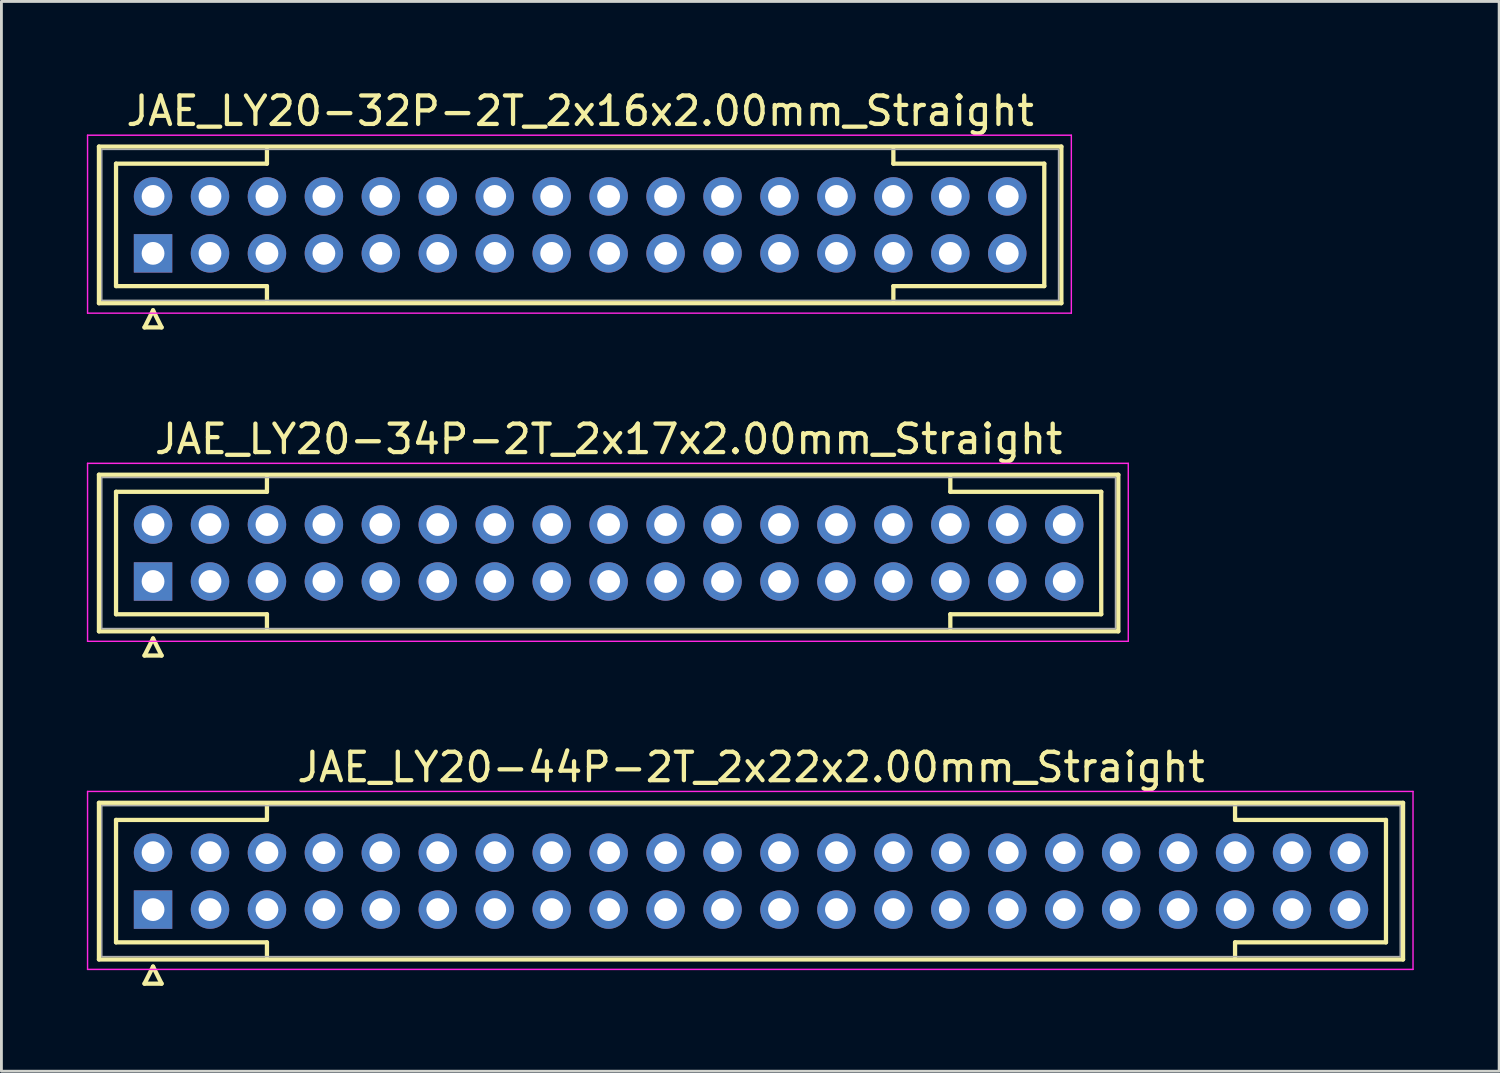
<source format=kicad_pcb>
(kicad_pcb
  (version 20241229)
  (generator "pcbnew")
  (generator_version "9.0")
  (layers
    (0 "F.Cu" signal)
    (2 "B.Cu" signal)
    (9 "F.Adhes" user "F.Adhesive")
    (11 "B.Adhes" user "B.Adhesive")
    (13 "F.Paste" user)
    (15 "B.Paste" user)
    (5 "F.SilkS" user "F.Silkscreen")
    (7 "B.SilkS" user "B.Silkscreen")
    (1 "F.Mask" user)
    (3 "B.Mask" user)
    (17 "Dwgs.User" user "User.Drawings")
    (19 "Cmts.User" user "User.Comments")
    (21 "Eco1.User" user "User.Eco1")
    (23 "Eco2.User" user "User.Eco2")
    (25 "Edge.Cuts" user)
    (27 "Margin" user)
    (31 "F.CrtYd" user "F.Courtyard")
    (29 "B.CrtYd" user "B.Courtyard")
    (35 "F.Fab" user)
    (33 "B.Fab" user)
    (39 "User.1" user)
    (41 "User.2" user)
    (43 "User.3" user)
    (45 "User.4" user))
  (footprint "JAE_LY20-34P-2T_2x17x2.00mm_Straight"
    (layer "F.Cu")
    (at 2.325 17.372)
    (property "Reference" "JAE_LY20-34P-2T_2x17x2.00mm_Straight" (at 16 -5 0) (layer "F.SilkS") (effects (font (size 1 1) (thickness 0.15))))
    (attr through_hole)
    (fp_line (start -1.9 -3.75) (end -1.9 1.75) (stroke (width 0.15) (type solid)) (layer "F.SilkS"))
    (fp_line (start -1.9 1.75) (end 33.9 1.75) (stroke (width 0.15) (type solid)) (layer "F.SilkS"))
    (fp_line (start -1.3 -3.15) (end 4 -3.15) (stroke (width 0.15) (type solid)) (layer "F.SilkS"))
    (fp_line (start -1.3 1.15) (end -1.3 -3.15) (stroke (width 0.15) (type solid)) (layer "F.SilkS"))
    (fp_line (start -0.3 2.6) (end 0.3 2.6) (stroke (width 0.15) (type solid)) (layer "F.SilkS"))
    (fp_line (start 0 2) (end -0.3 2.6) (stroke (width 0.15) (type solid)) (layer "F.SilkS"))
    (fp_line (start 0.3 2.6) (end 0 2) (stroke (width 0.15) (type solid)) (layer "F.SilkS"))
    (fp_line (start 4 -3.15) (end 4 -3.65) (stroke (width 0.15) (type solid)) (layer "F.SilkS"))
    (fp_line (start 4 1.15) (end -1.3 1.15) (stroke (width 0.15) (type solid)) (layer "F.SilkS"))
    (fp_line (start 4 1.65) (end 4 1.15) (stroke (width 0.15) (type solid)) (layer "F.SilkS"))
    (fp_line (start 28 -3.15) (end 28 -3.65) (stroke (width 0.15) (type solid)) (layer "F.SilkS"))
    (fp_line (start 28 1.15) (end 33.3 1.15) (stroke (width 0.15) (type solid)) (layer "F.SilkS"))
    (fp_line (start 28 1.65) (end 28 1.15) (stroke (width 0.15) (type solid)) (layer "F.SilkS"))
    (fp_line (start 33.3 -3.15) (end 28 -3.15) (stroke (width 0.15) (type solid)) (layer "F.SilkS"))
    (fp_line (start 33.3 1.15) (end 33.3 -3.15) (stroke (width 0.15) (type solid)) (layer "F.SilkS"))
    (fp_line (start 33.9 -3.75) (end -1.9 -3.75) (stroke (width 0.15) (type solid)) (layer "F.SilkS"))
    (fp_line (start 33.9 1.75) (end 33.9 -3.75) (stroke (width 0.15) (type solid)) (layer "F.SilkS"))
    (fp_line (start -2.3 -4.15) (end -2.3 2.1) (stroke (width 0.05) (type solid)) (layer "F.CrtYd"))
    (fp_line (start -2.3 2.1) (end 34.25 2.1) (stroke (width 0.05) (type solid)) (layer "F.CrtYd"))
    (fp_line (start 34.25 -4.15) (end -2.3 -4.15) (stroke (width 0.05) (type solid)) (layer "F.CrtYd"))
    (fp_line (start 34.25 2.1) (end 34.25 -4.15) (stroke (width 0.05) (type solid)) (layer "F.CrtYd"))
    (fp_line (start -1.8 -3.65) (end -1.8 1.65) (stroke (width 0.05) (type solid)) (layer "F.Fab"))
    (fp_line (start -1.8 1.65) (end 33.8 1.65) (stroke (width 0.05) (type solid)) (layer "F.Fab"))
    (fp_line (start 33.8 -3.65) (end -1.8 -3.65) (stroke (width 0.05) (type solid)) (layer "F.Fab"))
    (fp_line (start 33.8 1.65) (end 33.8 -3.65) (stroke (width 0.05) (type solid)) (layer "F.Fab"))
    (pad "1" thru_hole rect (at 0 0) (size 1.35 1.35) (drill 0.8) (layers "*.Cu" "*.Mask"))
    (pad "2" thru_hole circle (at 2 0) (size 1.35 1.35) (drill 0.8) (layers "*.Cu" "*.Mask"))
    (pad "3" thru_hole circle (at 4 0) (size 1.35 1.35) (drill 0.8) (layers "*.Cu" "*.Mask"))
    (pad "4" thru_hole circle (at 6 0) (size 1.35 1.35) (drill 0.8) (layers "*.Cu" "*.Mask"))
    (pad "5" thru_hole circle (at 8 0) (size 1.35 1.35) (drill 0.8) (layers "*.Cu" "*.Mask"))
    (pad "6" thru_hole circle (at 10 0) (size 1.35 1.35) (drill 0.8) (layers "*.Cu" "*.Mask"))
    (pad "7" thru_hole circle (at 12 0) (size 1.35 1.35) (drill 0.8) (layers "*.Cu" "*.Mask"))
    (pad "8" thru_hole circle (at 14 0) (size 1.35 1.35) (drill 0.8) (layers "*.Cu" "*.Mask"))
    (pad "9" thru_hole circle (at 16 0) (size 1.35 1.35) (drill 0.8) (layers "*.Cu" "*.Mask"))
    (pad "10" thru_hole circle (at 18 0) (size 1.35 1.35) (drill 0.8) (layers "*.Cu" "*.Mask"))
    (pad "11" thru_hole circle (at 20 0) (size 1.35 1.35) (drill 0.8) (layers "*.Cu" "*.Mask"))
    (pad "12" thru_hole circle (at 22 0) (size 1.35 1.35) (drill 0.8) (layers "*.Cu" "*.Mask"))
    (pad "13" thru_hole circle (at 24 0) (size 1.35 1.35) (drill 0.8) (layers "*.Cu" "*.Mask"))
    (pad "14" thru_hole circle (at 26 0) (size 1.35 1.35) (drill 0.8) (layers "*.Cu" "*.Mask"))
    (pad "15" thru_hole circle (at 28 0) (size 1.35 1.35) (drill 0.8) (layers "*.Cu" "*.Mask"))
    (pad "16" thru_hole circle (at 30 0) (size 1.35 1.35) (drill 0.8) (layers "*.Cu" "*.Mask"))
    (pad "17" thru_hole circle (at 32 0) (size 1.35 1.35) (drill 0.8) (layers "*.Cu" "*.Mask"))
    (pad "18" thru_hole circle (at 0 -2) (size 1.35 1.35) (drill 0.8) (layers "*.Cu" "*.Mask"))
    (pad "19" thru_hole circle (at 2 -2) (size 1.35 1.35) (drill 0.8) (layers "*.Cu" "*.Mask"))
    (pad "20" thru_hole circle (at 4 -2) (size 1.35 1.35) (drill 0.8) (layers "*.Cu" "*.Mask"))
    (pad "21" thru_hole circle (at 6 -2) (size 1.35 1.35) (drill 0.8) (layers "*.Cu" "*.Mask"))
    (pad "22" thru_hole circle (at 8 -2) (size 1.35 1.35) (drill 0.8) (layers "*.Cu" "*.Mask"))
    (pad "23" thru_hole circle (at 10 -2) (size 1.35 1.35) (drill 0.8) (layers "*.Cu" "*.Mask"))
    (pad "24" thru_hole circle (at 12 -2) (size 1.35 1.35) (drill 0.8) (layers "*.Cu" "*.Mask"))
    (pad "25" thru_hole circle (at 14 -2) (size 1.35 1.35) (drill 0.8) (layers "*.Cu" "*.Mask"))
    (pad "26" thru_hole circle (at 16 -2) (size 1.35 1.35) (drill 0.8) (layers "*.Cu" "*.Mask"))
    (pad "27" thru_hole circle (at 18 -2) (size 1.35 1.35) (drill 0.8) (layers "*.Cu" "*.Mask"))
    (pad "28" thru_hole circle (at 20 -2) (size 1.35 1.35) (drill 0.8) (layers "*.Cu" "*.Mask"))
    (pad "29" thru_hole circle (at 22 -2) (size 1.35 1.35) (drill 0.8) (layers "*.Cu" "*.Mask"))
    (pad "30" thru_hole circle (at 24 -2) (size 1.35 1.35) (drill 0.8) (layers "*.Cu" "*.Mask"))
    (pad "31" thru_hole circle (at 26 -2) (size 1.35 1.35) (drill 0.8) (layers "*.Cu" "*.Mask"))
    (pad "32" thru_hole circle (at 28 -2) (size 1.35 1.35) (drill 0.8) (layers "*.Cu" "*.Mask"))
    (pad "33" thru_hole circle (at 30 -2) (size 1.35 1.35) (drill 0.8) (layers "*.Cu" "*.Mask"))
    (pad "34" thru_hole circle (at 32 -2) (size 1.35 1.35) (drill 0.8) (layers "*.Cu" "*.Mask")))
  (footprint "JAE_LY20-32P-2T_2x16x2.00mm_Straight"
    (layer "F.Cu")
    (at 2.325 5.848)
    (property "Reference" "JAE_LY20-32P-2T_2x16x2.00mm_Straight" (at 15 -5 0) (layer "F.SilkS") (effects (font (size 1 1) (thickness 0.15))))
    (attr through_hole)
    (fp_line (start -1.9 -3.75) (end -1.9 1.75) (stroke (width 0.15) (type solid)) (layer "F.SilkS"))
    (fp_line (start -1.9 1.75) (end 31.9 1.75) (stroke (width 0.15) (type solid)) (layer "F.SilkS"))
    (fp_line (start -1.3 -3.15) (end 4 -3.15) (stroke (width 0.15) (type solid)) (layer "F.SilkS"))
    (fp_line (start -1.3 1.15) (end -1.3 -3.15) (stroke (width 0.15) (type solid)) (layer "F.SilkS"))
    (fp_line (start -0.3 2.6) (end 0.3 2.6) (stroke (width 0.15) (type solid)) (layer "F.SilkS"))
    (fp_line (start 0 2) (end -0.3 2.6) (stroke (width 0.15) (type solid)) (layer "F.SilkS"))
    (fp_line (start 0.3 2.6) (end 0 2) (stroke (width 0.15) (type solid)) (layer "F.SilkS"))
    (fp_line (start 4 -3.15) (end 4 -3.65) (stroke (width 0.15) (type solid)) (layer "F.SilkS"))
    (fp_line (start 4 1.15) (end -1.3 1.15) (stroke (width 0.15) (type solid)) (layer "F.SilkS"))
    (fp_line (start 4 1.65) (end 4 1.15) (stroke (width 0.15) (type solid)) (layer "F.SilkS"))
    (fp_line (start 26 -3.15) (end 26 -3.65) (stroke (width 0.15) (type solid)) (layer "F.SilkS"))
    (fp_line (start 26 1.15) (end 31.3 1.15) (stroke (width 0.15) (type solid)) (layer "F.SilkS"))
    (fp_line (start 26 1.65) (end 26 1.15) (stroke (width 0.15) (type solid)) (layer "F.SilkS"))
    (fp_line (start 31.3 -3.15) (end 26 -3.15) (stroke (width 0.15) (type solid)) (layer "F.SilkS"))
    (fp_line (start 31.3 1.15) (end 31.3 -3.15) (stroke (width 0.15) (type solid)) (layer "F.SilkS"))
    (fp_line (start 31.9 -3.75) (end -1.9 -3.75) (stroke (width 0.15) (type solid)) (layer "F.SilkS"))
    (fp_line (start 31.9 1.75) (end 31.9 -3.75) (stroke (width 0.15) (type solid)) (layer "F.SilkS"))
    (fp_line (start -2.3 -4.15) (end -2.3 2.1) (stroke (width 0.05) (type solid)) (layer "F.CrtYd"))
    (fp_line (start -2.3 2.1) (end 32.25 2.1) (stroke (width 0.05) (type solid)) (layer "F.CrtYd"))
    (fp_line (start 32.25 -4.15) (end -2.3 -4.15) (stroke (width 0.05) (type solid)) (layer "F.CrtYd"))
    (fp_line (start 32.25 2.1) (end 32.25 -4.15) (stroke (width 0.05) (type solid)) (layer "F.CrtYd"))
    (fp_line (start -1.8 -3.65) (end -1.8 1.65) (stroke (width 0.05) (type solid)) (layer "F.Fab"))
    (fp_line (start -1.8 1.65) (end 31.8 1.65) (stroke (width 0.05) (type solid)) (layer "F.Fab"))
    (fp_line (start 31.8 -3.65) (end -1.8 -3.65) (stroke (width 0.05) (type solid)) (layer "F.Fab"))
    (fp_line (start 31.8 1.65) (end 31.8 -3.65) (stroke (width 0.05) (type solid)) (layer "F.Fab"))
    (pad "1" thru_hole rect (at 0 0) (size 1.35 1.35) (drill 0.8) (layers "*.Cu" "*.Mask"))
    (pad "2" thru_hole circle (at 2 0) (size 1.35 1.35) (drill 0.8) (layers "*.Cu" "*.Mask"))
    (pad "3" thru_hole circle (at 4 0) (size 1.35 1.35) (drill 0.8) (layers "*.Cu" "*.Mask"))
    (pad "4" thru_hole circle (at 6 0) (size 1.35 1.35) (drill 0.8) (layers "*.Cu" "*.Mask"))
    (pad "5" thru_hole circle (at 8 0) (size 1.35 1.35) (drill 0.8) (layers "*.Cu" "*.Mask"))
    (pad "6" thru_hole circle (at 10 0) (size 1.35 1.35) (drill 0.8) (layers "*.Cu" "*.Mask"))
    (pad "7" thru_hole circle (at 12 0) (size 1.35 1.35) (drill 0.8) (layers "*.Cu" "*.Mask"))
    (pad "8" thru_hole circle (at 14 0) (size 1.35 1.35) (drill 0.8) (layers "*.Cu" "*.Mask"))
    (pad "9" thru_hole circle (at 16 0) (size 1.35 1.35) (drill 0.8) (layers "*.Cu" "*.Mask"))
    (pad "10" thru_hole circle (at 18 0) (size 1.35 1.35) (drill 0.8) (layers "*.Cu" "*.Mask"))
    (pad "11" thru_hole circle (at 20 0) (size 1.35 1.35) (drill 0.8) (layers "*.Cu" "*.Mask"))
    (pad "12" thru_hole circle (at 22 0) (size 1.35 1.35) (drill 0.8) (layers "*.Cu" "*.Mask"))
    (pad "13" thru_hole circle (at 24 0) (size 1.35 1.35) (drill 0.8) (layers "*.Cu" "*.Mask"))
    (pad "14" thru_hole circle (at 26 0) (size 1.35 1.35) (drill 0.8) (layers "*.Cu" "*.Mask"))
    (pad "15" thru_hole circle (at 28 0) (size 1.35 1.35) (drill 0.8) (layers "*.Cu" "*.Mask"))
    (pad "16" thru_hole circle (at 30 0) (size 1.35 1.35) (drill 0.8) (layers "*.Cu" "*.Mask"))
    (pad "17" thru_hole circle (at 0 -2) (size 1.35 1.35) (drill 0.8) (layers "*.Cu" "*.Mask"))
    (pad "18" thru_hole circle (at 2 -2) (size 1.35 1.35) (drill 0.8) (layers "*.Cu" "*.Mask"))
    (pad "19" thru_hole circle (at 4 -2) (size 1.35 1.35) (drill 0.8) (layers "*.Cu" "*.Mask"))
    (pad "20" thru_hole circle (at 6 -2) (size 1.35 1.35) (drill 0.8) (layers "*.Cu" "*.Mask"))
    (pad "21" thru_hole circle (at 8 -2) (size 1.35 1.35) (drill 0.8) (layers "*.Cu" "*.Mask"))
    (pad "22" thru_hole circle (at 10 -2) (size 1.35 1.35) (drill 0.8) (layers "*.Cu" "*.Mask"))
    (pad "23" thru_hole circle (at 12 -2) (size 1.35 1.35) (drill 0.8) (layers "*.Cu" "*.Mask"))
    (pad "24" thru_hole circle (at 14 -2) (size 1.35 1.35) (drill 0.8) (layers "*.Cu" "*.Mask"))
    (pad "25" thru_hole circle (at 16 -2) (size 1.35 1.35) (drill 0.8) (layers "*.Cu" "*.Mask"))
    (pad "26" thru_hole circle (at 18 -2) (size 1.35 1.35) (drill 0.8) (layers "*.Cu" "*.Mask"))
    (pad "27" thru_hole circle (at 20 -2) (size 1.35 1.35) (drill 0.8) (layers "*.Cu" "*.Mask"))
    (pad "28" thru_hole circle (at 22 -2) (size 1.35 1.35) (drill 0.8) (layers "*.Cu" "*.Mask"))
    (pad "29" thru_hole circle (at 24 -2) (size 1.35 1.35) (drill 0.8) (layers "*.Cu" "*.Mask"))
    (pad "30" thru_hole circle (at 26 -2) (size 1.35 1.35) (drill 0.8) (layers "*.Cu" "*.Mask"))
    (pad "31" thru_hole circle (at 28 -2) (size 1.35 1.35) (drill 0.8) (layers "*.Cu" "*.Mask"))
    (pad "32" thru_hole circle (at 30 -2) (size 1.35 1.35) (drill 0.8) (layers "*.Cu" "*.Mask")))
  (footprint "JAE_LY20-44P-2T_2x22x2.00mm_Straight"
    (layer "F.Cu")
    (at 2.325 28.895)
    (property "Reference" "JAE_LY20-44P-2T_2x22x2.00mm_Straight" (at 21 -5 0) (layer "F.SilkS") (effects (font (size 1 1) (thickness 0.15))))
    (attr through_hole)
    (fp_line (start -1.9 -3.75) (end -1.9 1.75) (stroke (width 0.15) (type solid)) (layer "F.SilkS"))
    (fp_line (start -1.9 1.75) (end 43.9 1.75) (stroke (width 0.15) (type solid)) (layer "F.SilkS"))
    (fp_line (start -1.3 -3.15) (end 4 -3.15) (stroke (width 0.15) (type solid)) (layer "F.SilkS"))
    (fp_line (start -1.3 1.15) (end -1.3 -3.15) (stroke (width 0.15) (type solid)) (layer "F.SilkS"))
    (fp_line (start -0.3 2.6) (end 0.3 2.6) (stroke (width 0.15) (type solid)) (layer "F.SilkS"))
    (fp_line (start 0 2) (end -0.3 2.6) (stroke (width 0.15) (type solid)) (layer "F.SilkS"))
    (fp_line (start 0.3 2.6) (end 0 2) (stroke (width 0.15) (type solid)) (layer "F.SilkS"))
    (fp_line (start 4 -3.15) (end 4 -3.65) (stroke (width 0.15) (type solid)) (layer "F.SilkS"))
    (fp_line (start 4 1.15) (end -1.3 1.15) (stroke (width 0.15) (type solid)) (layer "F.SilkS"))
    (fp_line (start 4 1.65) (end 4 1.15) (stroke (width 0.15) (type solid)) (layer "F.SilkS"))
    (fp_line (start 38 -3.15) (end 38 -3.65) (stroke (width 0.15) (type solid)) (layer "F.SilkS"))
    (fp_line (start 38 1.15) (end 43.3 1.15) (stroke (width 0.15) (type solid)) (layer "F.SilkS"))
    (fp_line (start 38 1.65) (end 38 1.15) (stroke (width 0.15) (type solid)) (layer "F.SilkS"))
    (fp_line (start 43.3 -3.15) (end 38 -3.15) (stroke (width 0.15) (type solid)) (layer "F.SilkS"))
    (fp_line (start 43.3 1.15) (end 43.3 -3.15) (stroke (width 0.15) (type solid)) (layer "F.SilkS"))
    (fp_line (start 43.9 -3.75) (end -1.9 -3.75) (stroke (width 0.15) (type solid)) (layer "F.SilkS"))
    (fp_line (start 43.9 1.75) (end 43.9 -3.75) (stroke (width 0.15) (type solid)) (layer "F.SilkS"))
    (fp_line (start -2.3 -4.15) (end -2.3 2.1) (stroke (width 0.05) (type solid)) (layer "F.CrtYd"))
    (fp_line (start -2.3 2.1) (end 44.25 2.1) (stroke (width 0.05) (type solid)) (layer "F.CrtYd"))
    (fp_line (start 44.25 -4.15) (end -2.3 -4.15) (stroke (width 0.05) (type solid)) (layer "F.CrtYd"))
    (fp_line (start 44.25 2.1) (end 44.25 -4.15) (stroke (width 0.05) (type solid)) (layer "F.CrtYd"))
    (fp_line (start -1.8 -3.65) (end -1.8 1.65) (stroke (width 0.05) (type solid)) (layer "F.Fab"))
    (fp_line (start -1.8 1.65) (end 43.8 1.65) (stroke (width 0.05) (type solid)) (layer "F.Fab"))
    (fp_line (start 43.8 -3.65) (end -1.8 -3.65) (stroke (width 0.05) (type solid)) (layer "F.Fab"))
    (fp_line (start 43.8 1.65) (end 43.8 -3.65) (stroke (width 0.05) (type solid)) (layer "F.Fab"))
    (pad "1" thru_hole rect (at 0 0) (size 1.35 1.35) (drill 0.8) (layers "*.Cu" "*.Mask"))
    (pad "2" thru_hole circle (at 2 0) (size 1.35 1.35) (drill 0.8) (layers "*.Cu" "*.Mask"))
    (pad "3" thru_hole circle (at 4 0) (size 1.35 1.35) (drill 0.8) (layers "*.Cu" "*.Mask"))
    (pad "4" thru_hole circle (at 6 0) (size 1.35 1.35) (drill 0.8) (layers "*.Cu" "*.Mask"))
    (pad "5" thru_hole circle (at 8 0) (size 1.35 1.35) (drill 0.8) (layers "*.Cu" "*.Mask"))
    (pad "6" thru_hole circle (at 10 0) (size 1.35 1.35) (drill 0.8) (layers "*.Cu" "*.Mask"))
    (pad "7" thru_hole circle (at 12 0) (size 1.35 1.35) (drill 0.8) (layers "*.Cu" "*.Mask"))
    (pad "8" thru_hole circle (at 14 0) (size 1.35 1.35) (drill 0.8) (layers "*.Cu" "*.Mask"))
    (pad "9" thru_hole circle (at 16 0) (size 1.35 1.35) (drill 0.8) (layers "*.Cu" "*.Mask"))
    (pad "10" thru_hole circle (at 18 0) (size 1.35 1.35) (drill 0.8) (layers "*.Cu" "*.Mask"))
    (pad "11" thru_hole circle (at 20 0) (size 1.35 1.35) (drill 0.8) (layers "*.Cu" "*.Mask"))
    (pad "12" thru_hole circle (at 22 0) (size 1.35 1.35) (drill 0.8) (layers "*.Cu" "*.Mask"))
    (pad "13" thru_hole circle (at 24 0) (size 1.35 1.35) (drill 0.8) (layers "*.Cu" "*.Mask"))
    (pad "14" thru_hole circle (at 26 0) (size 1.35 1.35) (drill 0.8) (layers "*.Cu" "*.Mask"))
    (pad "15" thru_hole circle (at 28 0) (size 1.35 1.35) (drill 0.8) (layers "*.Cu" "*.Mask"))
    (pad "16" thru_hole circle (at 30 0) (size 1.35 1.35) (drill 0.8) (layers "*.Cu" "*.Mask"))
    (pad "17" thru_hole circle (at 32 0) (size 1.35 1.35) (drill 0.8) (layers "*.Cu" "*.Mask"))
    (pad "18" thru_hole circle (at 34 0) (size 1.35 1.35) (drill 0.8) (layers "*.Cu" "*.Mask"))
    (pad "19" thru_hole circle (at 36 0) (size 1.35 1.35) (drill 0.8) (layers "*.Cu" "*.Mask"))
    (pad "20" thru_hole circle (at 38 0) (size 1.35 1.35) (drill 0.8) (layers "*.Cu" "*.Mask"))
    (pad "21" thru_hole circle (at 40 0) (size 1.35 1.35) (drill 0.8) (layers "*.Cu" "*.Mask"))
    (pad "22" thru_hole circle (at 42 0) (size 1.35 1.35) (drill 0.8) (layers "*.Cu" "*.Mask"))
    (pad "23" thru_hole circle (at 0 -2) (size 1.35 1.35) (drill 0.8) (layers "*.Cu" "*.Mask"))
    (pad "24" thru_hole circle (at 2 -2) (size 1.35 1.35) (drill 0.8) (layers "*.Cu" "*.Mask"))
    (pad "25" thru_hole circle (at 4 -2) (size 1.35 1.35) (drill 0.8) (layers "*.Cu" "*.Mask"))
    (pad "26" thru_hole circle (at 6 -2) (size 1.35 1.35) (drill 0.8) (layers "*.Cu" "*.Mask"))
    (pad "27" thru_hole circle (at 8 -2) (size 1.35 1.35) (drill 0.8) (layers "*.Cu" "*.Mask"))
    (pad "28" thru_hole circle (at 10 -2) (size 1.35 1.35) (drill 0.8) (layers "*.Cu" "*.Mask"))
    (pad "29" thru_hole circle (at 12 -2) (size 1.35 1.35) (drill 0.8) (layers "*.Cu" "*.Mask"))
    (pad "30" thru_hole circle (at 14 -2) (size 1.35 1.35) (drill 0.8) (layers "*.Cu" "*.Mask"))
    (pad "31" thru_hole circle (at 16 -2) (size 1.35 1.35) (drill 0.8) (layers "*.Cu" "*.Mask"))
    (pad "32" thru_hole circle (at 18 -2) (size 1.35 1.35) (drill 0.8) (layers "*.Cu" "*.Mask"))
    (pad "33" thru_hole circle (at 20 -2) (size 1.35 1.35) (drill 0.8) (layers "*.Cu" "*.Mask"))
    (pad "34" thru_hole circle (at 22 -2) (size 1.35 1.35) (drill 0.8) (layers "*.Cu" "*.Mask"))
    (pad "35" thru_hole circle (at 24 -2) (size 1.35 1.35) (drill 0.8) (layers "*.Cu" "*.Mask"))
    (pad "36" thru_hole circle (at 26 -2) (size 1.35 1.35) (drill 0.8) (layers "*.Cu" "*.Mask"))
    (pad "37" thru_hole circle (at 28 -2) (size 1.35 1.35) (drill 0.8) (layers "*.Cu" "*.Mask"))
    (pad "38" thru_hole circle (at 30 -2) (size 1.35 1.35) (drill 0.8) (layers "*.Cu" "*.Mask"))
    (pad "39" thru_hole circle (at 32 -2) (size 1.35 1.35) (drill 0.8) (layers "*.Cu" "*.Mask"))
    (pad "40" thru_hole circle (at 34 -2) (size 1.35 1.35) (drill 0.8) (layers "*.Cu" "*.Mask"))
    (pad "41" thru_hole circle (at 36 -2) (size 1.35 1.35) (drill 0.8) (layers "*.Cu" "*.Mask"))
    (pad "42" thru_hole circle (at 38 -2) (size 1.35 1.35) (drill 0.8) (layers "*.Cu" "*.Mask"))
    (pad "43" thru_hole circle (at 40 -2) (size 1.35 1.35) (drill 0.8) (layers "*.Cu" "*.Mask"))
    (pad "44" thru_hole circle (at 42 -2) (size 1.35 1.35) (drill 0.8) (layers "*.Cu" "*.Mask")))
  (gr_rect
    (start -3 -3)
    (end 49.6 34.57)
    (stroke (width 0.1) (type default))
    (fill no)
    (layer "Edge.Cuts")))
</source>
